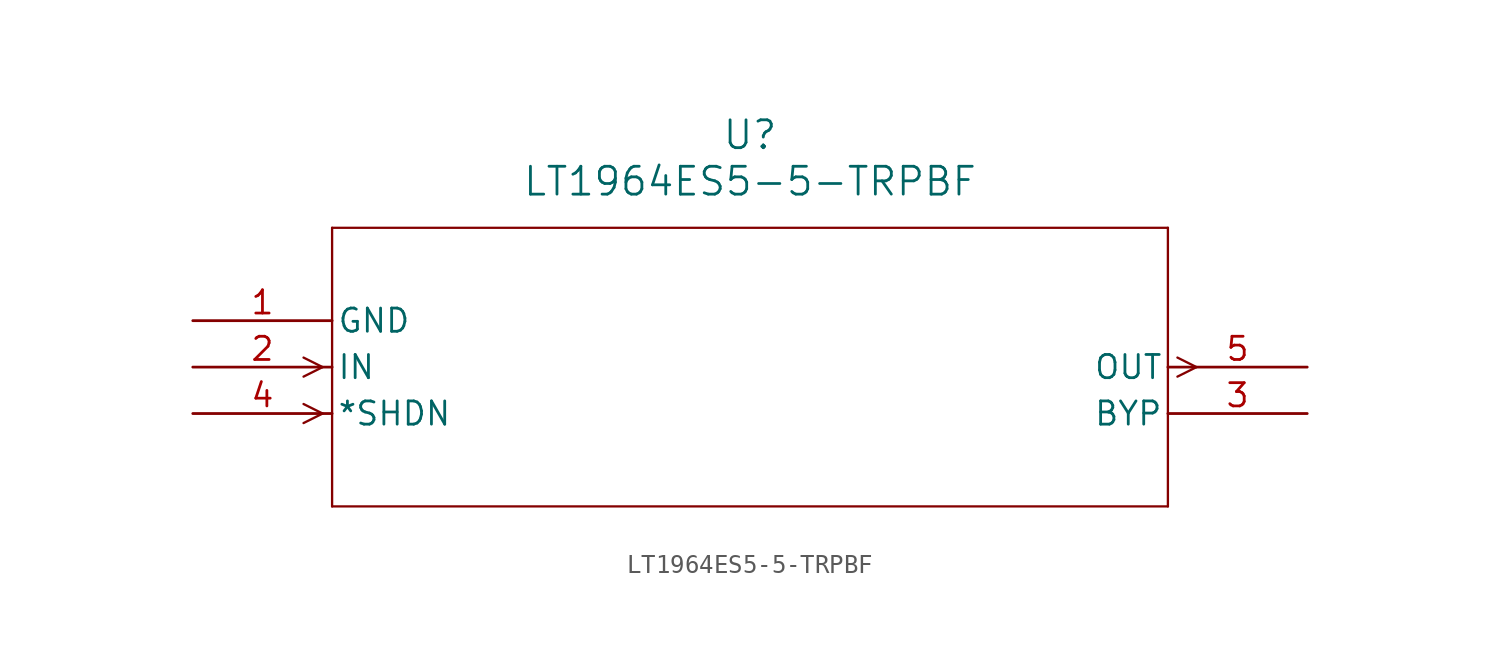
<source format=kicad_sym>
(kicad_symbol_lib
  (version 20211014)
  (generator kicad_symbol_editor)
  (symbol "LT1964ES5-5-TRPBF"
    (pin_names
      (offset 0.254))
    (property "Reference" "U"
      (at 30.48 10.16 0)
      (effects (font (size 1.524 1.524))))
    (property "Value" "LT1964ES5-5-TRPBF"
      (at 30.48 7.62 0)
      (effects (font (size 1.524 1.524))))
    (symbol "LT1964ES5-5-TRPBF_0_1"
      (polyline (pts (xy 7.099 -2.54) (xy 6.058 -2.019)) (stroke (width 0.127) (type default) (color 0 0 0 0)) (fill (type none)))
      (polyline (pts (xy 7.099 -2.54) (xy 6.058 -3.061)) (stroke (width 0.127) (type default) (color 0 0 0 0)) (fill (type none)))
      (polyline (pts (xy 7.099 -5.08) (xy 6.058 -4.559)) (stroke (width 0.127) (type default) (color 0 0 0 0)) (fill (type none)))
      (polyline (pts (xy 7.099 -5.08) (xy 6.058 -5.601)) (stroke (width 0.127) (type default) (color 0 0 0 0)) (fill (type none)))
      (polyline (pts (xy 53.861 -2.019) (xy 54.902 -2.54)) (stroke (width 0.127) (type default) (color 0 0 0 0)) (fill (type none)))
      (polyline (pts (xy 53.861 -3.061) (xy 54.902 -2.54)) (stroke (width 0.127) (type default) (color 0 0 0 0)) (fill (type none)))
      (polyline (pts (xy 7.62 5.08) (xy 7.62 -10.16)) (stroke (width 0.127) (type default) (color 0 0 0 0)) (fill (type none)))
      (polyline (pts (xy 7.62 -10.16) (xy 53.34 -10.16)) (stroke (width 0.127) (type default) (color 0 0 0 0)) (fill (type none)))
      (polyline (pts (xy 53.34 -10.16) (xy 53.34 5.08)) (stroke (width 0.127) (type default) (color 0 0 0 0)) (fill (type none)))
      (polyline (pts (xy 53.34 5.08) (xy 7.62 5.08)) (stroke (width 0.127) (type default) (color 0 0 0 0)) (fill (type none)))
      (pin power_in line (at 0 0 0) (length 7.62) (name "GND" (effects (font (size 1.27 1.27)))) (number "1" (effects (font (size 1.27 1.27)))))
      (pin input line (at 0 -2.54 0) (length 7.62) (name "IN" (effects (font (size 1.27 1.27)))) (number "2" (effects (font (size 1.27 1.27)))))
      (pin unspecified line (at 60.96 -5.08 180) (length 7.62) (name "BYP" (effects (font (size 1.27 1.27)))) (number "3" (effects (font (size 1.27 1.27)))))
      (pin input line (at 0 -5.08 0) (length 7.62) (name "*SHDN" (effects (font (size 1.27 1.27)))) (number "4" (effects (font (size 1.27 1.27)))))
      (pin output line (at 60.96 -2.54 180) (length 7.62) (name "OUT" (effects (font (size 1.27 1.27)))) (number "5" (effects (font (size 1.27 1.27))))))))
</source>
